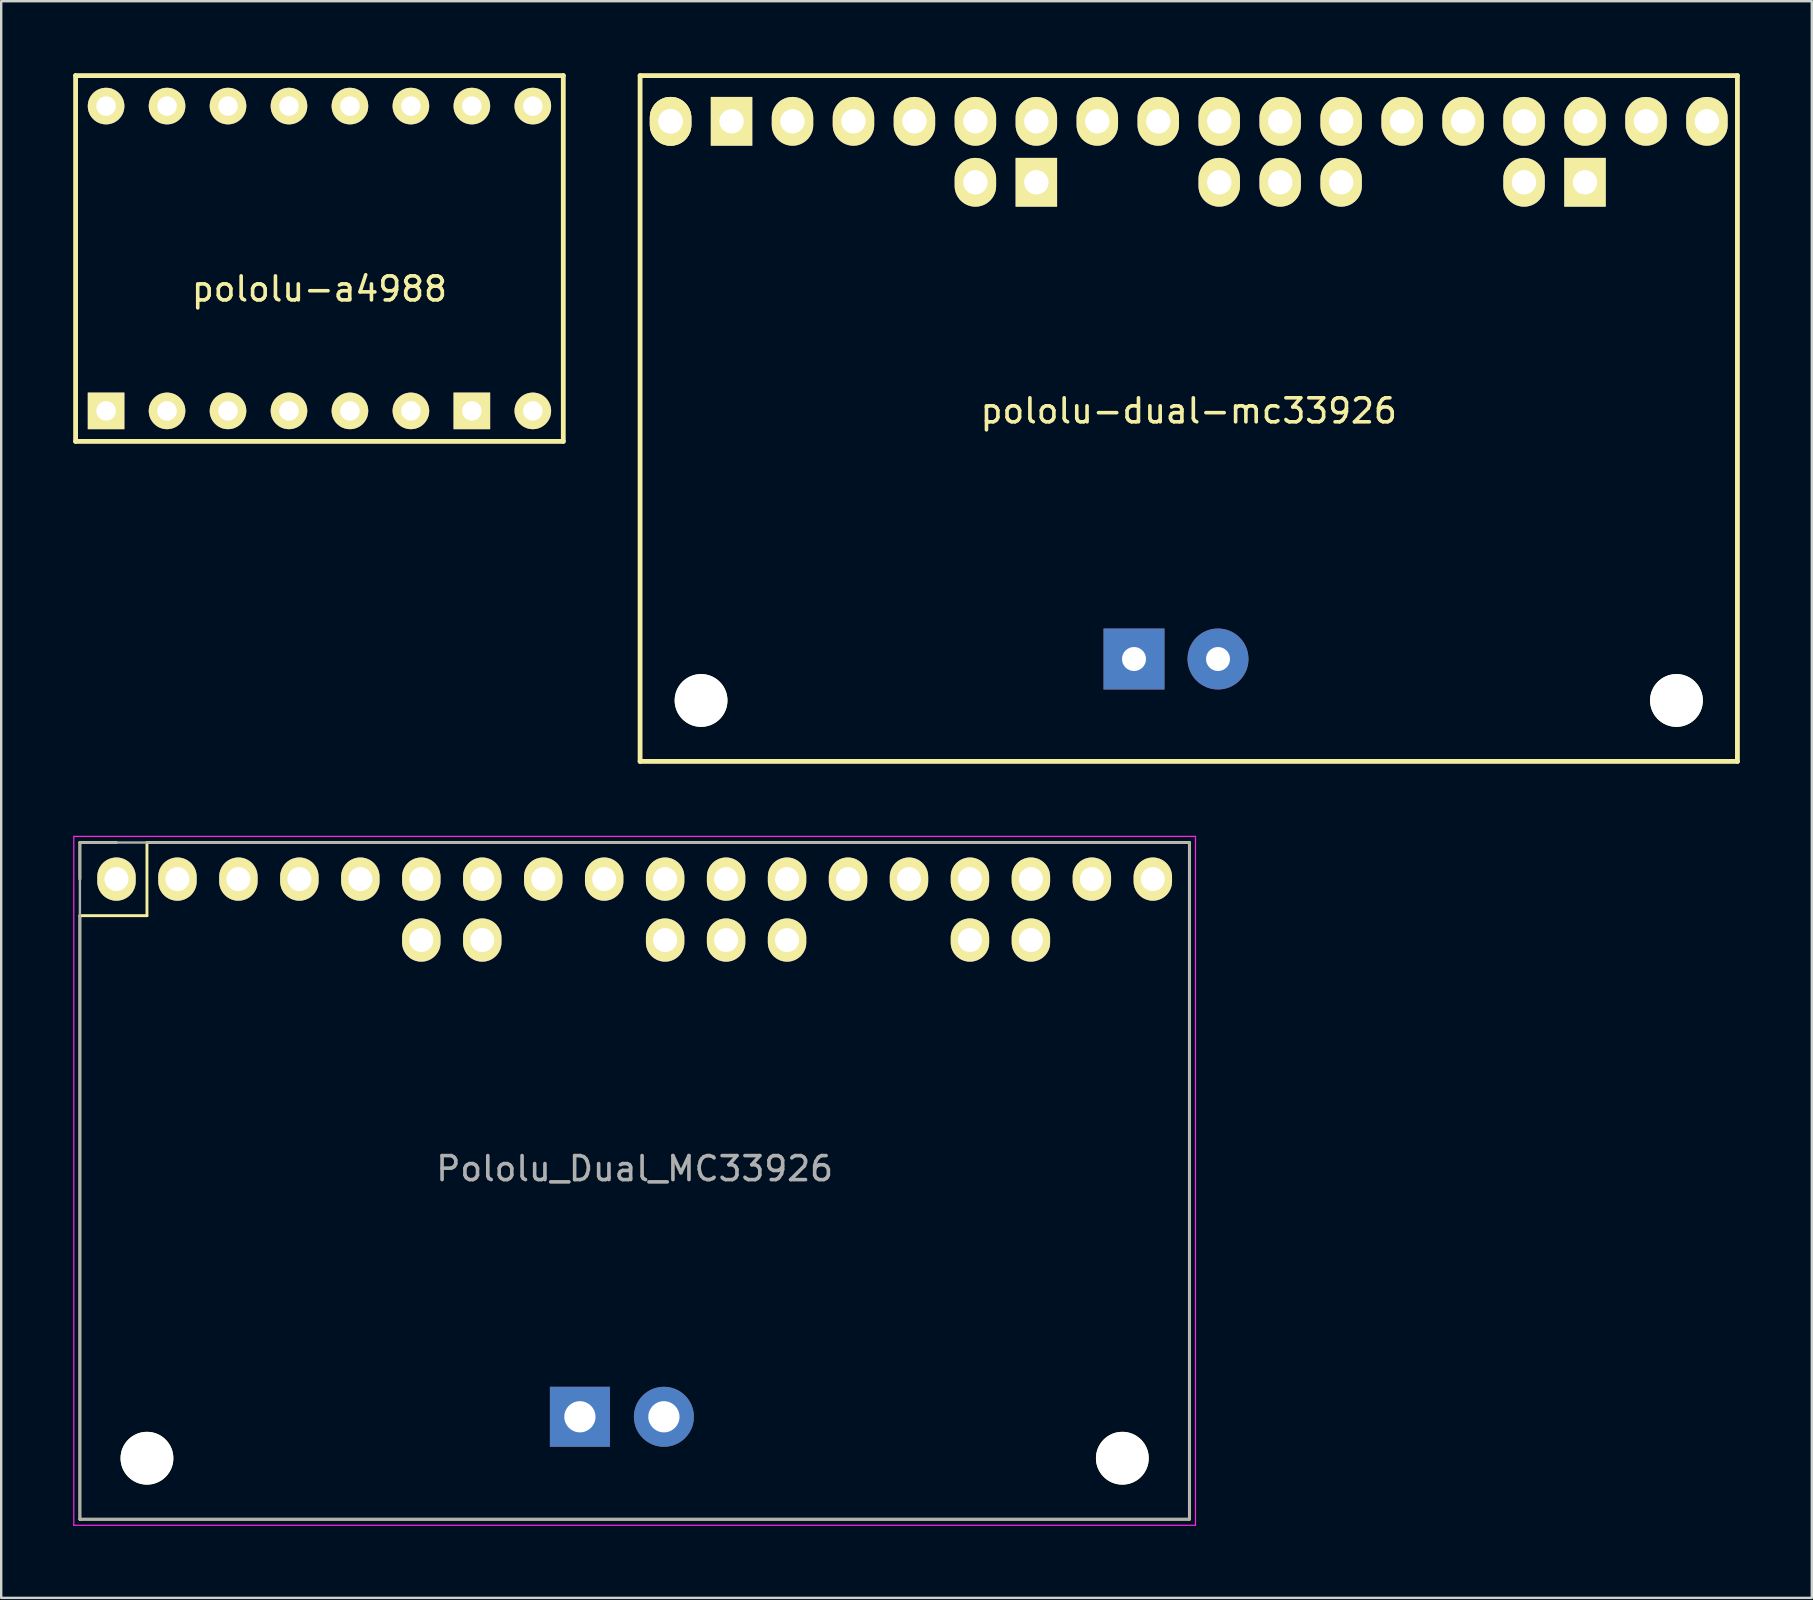
<source format=kicad_pcb>
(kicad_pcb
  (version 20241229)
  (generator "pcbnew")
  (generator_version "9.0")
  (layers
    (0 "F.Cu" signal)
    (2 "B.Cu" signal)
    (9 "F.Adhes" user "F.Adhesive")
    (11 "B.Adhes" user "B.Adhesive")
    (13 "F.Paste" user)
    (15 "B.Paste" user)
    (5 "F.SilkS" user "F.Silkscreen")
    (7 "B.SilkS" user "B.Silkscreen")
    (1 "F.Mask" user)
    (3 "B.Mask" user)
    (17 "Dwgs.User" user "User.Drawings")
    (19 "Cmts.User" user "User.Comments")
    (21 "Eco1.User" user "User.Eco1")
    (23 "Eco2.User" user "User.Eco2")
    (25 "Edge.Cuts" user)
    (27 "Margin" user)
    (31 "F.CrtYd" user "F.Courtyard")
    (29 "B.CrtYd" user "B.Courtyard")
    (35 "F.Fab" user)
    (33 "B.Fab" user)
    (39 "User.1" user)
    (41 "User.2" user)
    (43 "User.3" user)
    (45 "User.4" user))
  (footprint "pololu-a4988"
    (layer "F.Cu")
    (at 10.26 7.72)
    (property "Reference" "pololu-a4988" (at 0 1.27 0) (layer "F.SilkS") (effects (font (size 1 1) (thickness 0.15))))
    (attr through_hole)
    (fp_line (start -10.16 -7.62) (end 10.16 -7.62) (stroke (width 0.2) (type solid)) (layer "F.SilkS"))
    (fp_line (start -10.16 7.62) (end -10.16 -7.62) (stroke (width 0.2) (type solid)) (layer "F.SilkS"))
    (fp_line (start 10.16 -7.62) (end 10.16 7.62) (stroke (width 0.2) (type solid)) (layer "F.SilkS"))
    (fp_line (start 10.16 7.62) (end -10.16 7.62) (stroke (width 0.2) (type solid)) (layer "F.SilkS"))
    (pad "1" thru_hole rect (at -8.89 6.35) (size 1.524 1.524) (drill 0.813) (layers "*.Cu" "*.Mask" "F.SilkS"))
    (pad "2" thru_hole circle (at -6.35 6.35) (size 1.524 1.524) (drill 0.813) (layers "*.Cu" "*.Mask" "F.SilkS"))
    (pad "3" thru_hole circle (at -3.81 6.35) (size 1.524 1.524) (drill 0.813) (layers "*.Cu" "*.Mask" "F.SilkS"))
    (pad "4" thru_hole circle (at -1.27 6.35) (size 1.524 1.524) (drill 0.813) (layers "*.Cu" "*.Mask" "F.SilkS"))
    (pad "5" thru_hole circle (at 1.27 6.35) (size 1.524 1.524) (drill 0.813) (layers "*.Cu" "*.Mask" "F.SilkS"))
    (pad "6" thru_hole circle (at 3.81 6.35) (size 1.524 1.524) (drill 0.813) (layers "*.Cu" "*.Mask" "F.SilkS"))
    (pad "7" thru_hole rect (at 6.35 6.35) (size 1.524 1.524) (drill 0.813) (layers "*.Cu" "*.Mask" "F.SilkS"))
    (pad "8" thru_hole circle (at 8.89 6.35) (size 1.524 1.524) (drill 0.813) (layers "*.Cu" "*.Mask" "F.SilkS"))
    (pad "9" thru_hole circle (at 8.89 -6.35) (size 1.524 1.524) (drill 0.813) (layers "*.Cu" "*.Mask" "F.SilkS"))
    (pad "10" thru_hole circle (at 6.35 -6.35) (size 1.524 1.524) (drill 0.813) (layers "*.Cu" "*.Mask" "F.SilkS"))
    (pad "11" thru_hole circle (at 3.81 -6.35) (size 1.524 1.524) (drill 0.813) (layers "*.Cu" "*.Mask" "F.SilkS"))
    (pad "12" thru_hole circle (at 1.27 -6.35) (size 1.524 1.524) (drill 0.813) (layers "*.Cu" "*.Mask" "F.SilkS"))
    (pad "13" thru_hole circle (at -1.27 -6.35) (size 1.524 1.524) (drill 0.813) (layers "*.Cu" "*.Mask" "F.SilkS"))
    (pad "14" thru_hole circle (at -3.81 -6.35) (size 1.524 1.524) (drill 0.813) (layers "*.Cu" "*.Mask" "F.SilkS"))
    (pad "15" thru_hole circle (at -6.35 -6.35) (size 1.524 1.524) (drill 0.813) (layers "*.Cu" "*.Mask" "F.SilkS"))
    (pad "16" thru_hole circle (at -8.89 -6.35) (size 1.524 1.524) (drill 0.813) (layers "*.Cu" "*.Mask" "F.SilkS")))
  (footprint "pololu-dual-mc33926"
    (layer "F.Cu")
    (at 46.48 2.005)
    (property "Reference" "pololu-dual-mc33926" (at 0 12.065 0) (layer "F.SilkS") (effects (font (size 1 1) (thickness 0.15))))
    (attr through_hole)
    (fp_line (start -22.86 -1.905) (end 22.86 -1.905) (stroke (width 0.2) (type solid)) (layer "F.SilkS"))
    (fp_line (start -22.86 26.67) (end -22.86 -1.905) (stroke (width 0.2) (type solid)) (layer "F.SilkS"))
    (fp_line (start 22.86 -1.905) (end 22.86 26.67) (stroke (width 0.2) (type solid)) (layer "F.SilkS"))
    (fp_line (start 22.86 26.67) (end -22.86 26.67) (stroke (width 0.2) (type solid)) (layer "F.SilkS"))
    (pad "" np_thru_hole circle (at -20.32 24.13) (size 2.2 2.2) (drill 2.2) (layers "*.Cu" "*.Mask" "F.SilkS"))
    (pad "" np_thru_hole circle (at 20.32 24.13) (size 2.2 2.2) (drill 2.2) (layers "*.Cu" "*.Mask" "F.SilkS"))
    (pad "1" thru_hole oval (at -21.59 0) (size 1.727 2.032) (drill 1.016) (layers "*.Cu" "*.Mask" "F.SilkS"))
    (pad "1" thru_hole oval (at -21.59 0) (size 1.727 2.032) (drill 1.016) (layers "*.Cu" "*.Mask" "F.SilkS"))
    (pad "2" thru_hole rect (at -19.05 0) (size 1.727 2.032) (drill 1.016) (layers "*.Cu" "*.Mask" "F.SilkS"))
    (pad "3" thru_hole oval (at -16.51 0) (size 1.727 2.032) (drill 1.016) (layers "*.Cu" "*.Mask" "F.SilkS"))
    (pad "4" thru_hole oval (at -13.97 0) (size 1.727 2.032) (drill 1.016) (layers "*.Cu" "*.Mask" "F.SilkS"))
    (pad "5" thru_hole oval (at -11.43 0) (size 1.727 2.032) (drill 1.016) (layers "*.Cu" "*.Mask" "F.SilkS"))
    (pad "6" thru_hole oval (at -8.89 0) (size 1.727 2.032) (drill 1.016) (layers "*.Cu" "*.Mask" "F.SilkS"))
    (pad "7" thru_hole oval (at -6.35 0) (size 1.727 2.032) (drill 1.016) (layers "*.Cu" "*.Mask" "F.SilkS"))
    (pad "8" thru_hole oval (at -3.81 0) (size 1.727 2.032) (drill 1.016) (layers "*.Cu" "*.Mask" "F.SilkS"))
    (pad "9" thru_hole oval (at -1.27 0) (size 1.727 2.032) (drill 1.016) (layers "*.Cu" "*.Mask" "F.SilkS"))
    (pad "10" thru_hole oval (at 1.27 0) (size 1.727 2.032) (drill 1.016) (layers "*.Cu" "*.Mask" "F.SilkS"))
    (pad "11" thru_hole oval (at 3.81 0) (size 1.727 2.032) (drill 1.016) (layers "*.Cu" "*.Mask" "F.SilkS"))
    (pad "12" thru_hole oval (at 6.35 0) (size 1.727 2.032) (drill 1.016) (layers "*.Cu" "*.Mask" "F.SilkS"))
    (pad "13" thru_hole oval (at 8.89 0) (size 1.727 2.032) (drill 1.016) (layers "*.Cu" "*.Mask" "F.SilkS"))
    (pad "14" thru_hole oval (at 11.43 0) (size 1.727 2.032) (drill 1.016) (layers "*.Cu" "*.Mask" "F.SilkS"))
    (pad "15" thru_hole oval (at 13.97 0) (size 1.727 2.032) (drill 1.016) (layers "*.Cu" "*.Mask" "F.SilkS"))
    (pad "16" thru_hole oval (at 16.51 0) (size 1.727 2.032) (drill 1.016) (layers "*.Cu" "*.Mask" "F.SilkS"))
    (pad "17" thru_hole oval (at 19.05 0) (size 1.727 2.032) (drill 1.016) (layers "*.Cu" "*.Mask" "F.SilkS"))
    (pad "18" thru_hole oval (at 21.59 0) (size 1.727 2.032) (drill 1.016) (layers "*.Cu" "*.Mask" "F.SilkS"))
    (pad "19" thru_hole rect (at 16.51 2.54) (size 1.727 2.032) (drill 1.016) (layers "*.Cu" "*.Mask" "F.SilkS"))
    (pad "20" thru_hole oval (at 13.97 2.54) (size 1.727 2.032) (drill 1.016) (layers "*.Cu" "*.Mask" "F.SilkS"))
    (pad "21" thru_hole oval (at 6.35 2.54) (size 1.727 2.032) (drill 1.016) (layers "*.Cu" "*.Mask" "F.SilkS"))
    (pad "22" thru_hole oval (at 3.81 2.54) (size 1.727 2.032) (drill 1.016) (layers "*.Cu" "*.Mask" "F.SilkS"))
    (pad "23" thru_hole oval (at 1.27 2.54) (size 1.727 2.032) (drill 1.016) (layers "*.Cu" "*.Mask" "F.SilkS"))
    (pad "24" thru_hole rect (at -6.35 2.54) (size 1.727 2.032) (drill 1.016) (layers "*.Cu" "*.Mask" "F.SilkS"))
    (pad "25" thru_hole oval (at -8.89 2.54) (size 1.727 2.032) (drill 1.016) (layers "*.Cu" "*.Mask" "F.SilkS"))
    (pad "26" thru_hole circle (at 1.219 22.403) (size 2.54 2.54) (drill 1) (layers "*.Cu" "*.Mask"))
    (pad "27" thru_hole rect (at -2.281 22.403) (size 2.54 2.54) (drill 1) (layers "*.Cu" "*.Mask")))
  (footprint "Pololu_Dual_MC33926"
    (layer "F.Cu")
    (at 1.803 33.578)
    (property "Reference" "Pololu_Dual_MC33926" (at 21.59 12.065 0) (layer "F.Fab") (effects (font (size 1 1) (thickness 0.15))))
    (attr through_hole)
    (fp_line (start -1.524 -1.524) (end -1.524 0) (stroke (width 0.12) (type solid)) (layer "F.SilkS"))
    (fp_line (start -1.524 1.524) (end 1.27 1.524) (stroke (width 0.12) (type solid)) (layer "F.SilkS"))
    (fp_line (start -1.524 26.67) (end -1.524 1.524) (stroke (width 0.12) (type solid)) (layer "F.SilkS"))
    (fp_line (start 0 -1.524) (end -1.524 -1.524) (stroke (width 0.12) (type solid)) (layer "F.SilkS"))
    (fp_line (start 1.27 -1.524) (end 44.704 -1.524) (stroke (width 0.12) (type solid)) (layer "F.SilkS"))
    (fp_line (start 1.27 1.524) (end 1.27 -1.524) (stroke (width 0.12) (type solid)) (layer "F.SilkS"))
    (fp_line (start 44.704 -1.524) (end 44.704 26.67) (stroke (width 0.12) (type solid)) (layer "F.SilkS"))
    (fp_line (start 44.704 26.67) (end -1.524 26.67) (stroke (width 0.12) (type solid)) (layer "F.SilkS"))
    (fp_line (start -1.778 -1.778) (end -1.778 26.924) (stroke (width 0.05) (type solid)) (layer "F.CrtYd"))
    (fp_line (start -1.778 26.924) (end 44.958 26.924) (stroke (width 0.05) (type solid)) (layer "F.CrtYd"))
    (fp_line (start 44.958 -1.778) (end -1.778 -1.778) (stroke (width 0.05) (type solid)) (layer "F.CrtYd"))
    (fp_line (start 44.958 26.924) (end 44.958 -1.778) (stroke (width 0.05) (type solid)) (layer "F.CrtYd"))
    (fp_line (start -1.524 -1.524) (end -1.524 26.67) (stroke (width 0.1) (type solid)) (layer "F.Fab"))
    (fp_line (start -1.524 26.67) (end 44.704 26.67) (stroke (width 0.1) (type solid)) (layer "F.Fab"))
    (fp_line (start 44.704 -1.524) (end -1.524 -1.524) (stroke (width 0.1) (type solid)) (layer "F.Fab"))
    (fp_line (start 44.704 26.67) (end 44.704 -1.524) (stroke (width 0.1) (type solid)) (layer "F.Fab"))
    (pad "" np_thru_hole circle (at 1.27 24.13) (size 2.2 2.2) (drill 2.2) (layers "*.Cu" "*.Mask" "F.SilkS"))
    (pad "" np_thru_hole circle (at 41.91 24.13) (size 2.2 2.2) (drill 2.2) (layers "*.Cu" "*.Mask" "F.SilkS"))
    (pad "1" thru_hole oval (at 0 0) (size 1.6 1.8) (drill 1) (layers "*.Cu" "*.Mask" "F.SilkS"))
    (pad "2" thru_hole oval (at 2.54 0) (size 1.6 1.8) (drill 1) (layers "*.Cu" "*.Mask" "F.SilkS"))
    (pad "3" thru_hole oval (at 5.08 0) (size 1.6 1.8) (drill 1) (layers "*.Cu" "*.Mask" "F.SilkS"))
    (pad "4" thru_hole oval (at 7.62 0) (size 1.6 1.8) (drill 1) (layers "*.Cu" "*.Mask" "F.SilkS"))
    (pad "5" thru_hole oval (at 10.16 0) (size 1.6 1.8) (drill 1) (layers "*.Cu" "*.Mask" "F.SilkS"))
    (pad "6" thru_hole oval (at 12.7 0) (size 1.6 1.8) (drill 1) (layers "*.Cu" "*.Mask" "F.SilkS"))
    (pad "7" thru_hole oval (at 15.24 0) (size 1.6 1.8) (drill 1) (layers "*.Cu" "*.Mask" "F.SilkS"))
    (pad "8" thru_hole oval (at 17.78 0) (size 1.6 1.8) (drill 1) (layers "*.Cu" "*.Mask" "F.SilkS"))
    (pad "9" thru_hole oval (at 20.32 0) (size 1.6 1.8) (drill 1) (layers "*.Cu" "*.Mask" "F.SilkS"))
    (pad "10" thru_hole oval (at 22.86 0) (size 1.6 1.8) (drill 1) (layers "*.Cu" "*.Mask" "F.SilkS"))
    (pad "11" thru_hole oval (at 25.4 0) (size 1.6 1.8) (drill 1) (layers "*.Cu" "*.Mask" "F.SilkS"))
    (pad "12" thru_hole oval (at 27.94 0) (size 1.6 1.8) (drill 1) (layers "*.Cu" "*.Mask" "F.SilkS"))
    (pad "13" thru_hole oval (at 30.48 0) (size 1.6 1.8) (drill 1) (layers "*.Cu" "*.Mask" "F.SilkS"))
    (pad "14" thru_hole oval (at 33.02 0) (size 1.6 1.8) (drill 1) (layers "*.Cu" "*.Mask" "F.SilkS"))
    (pad "15" thru_hole oval (at 35.56 0) (size 1.6 1.8) (drill 1) (layers "*.Cu" "*.Mask" "F.SilkS"))
    (pad "16" thru_hole oval (at 38.1 0) (size 1.6 1.8) (drill 1) (layers "*.Cu" "*.Mask" "F.SilkS"))
    (pad "17" thru_hole oval (at 40.64 0) (size 1.6 1.8) (drill 1) (layers "*.Cu" "*.Mask" "F.SilkS"))
    (pad "18" thru_hole oval (at 43.18 0) (size 1.6 1.8) (drill 1) (layers "*.Cu" "*.Mask" "F.SilkS"))
    (pad "19" thru_hole oval (at 38.1 2.54) (size 1.6 1.8) (drill 1) (layers "*.Cu" "*.Mask" "F.SilkS"))
    (pad "20" thru_hole oval (at 35.56 2.54) (size 1.6 1.8) (drill 1) (layers "*.Cu" "*.Mask" "F.SilkS"))
    (pad "21" thru_hole oval (at 27.94 2.54) (size 1.6 1.8) (drill 1) (layers "*.Cu" "*.Mask" "F.SilkS"))
    (pad "22" thru_hole oval (at 25.4 2.54) (size 1.6 1.8) (drill 1) (layers "*.Cu" "*.Mask" "F.SilkS"))
    (pad "23" thru_hole oval (at 22.86 2.54) (size 1.6 1.8) (drill 1) (layers "*.Cu" "*.Mask" "F.SilkS"))
    (pad "24" thru_hole oval (at 15.24 2.54) (size 1.6 1.8) (drill 1) (layers "*.Cu" "*.Mask" "F.SilkS"))
    (pad "25" thru_hole oval (at 12.7 2.54) (size 1.6 1.8) (drill 1) (layers "*.Cu" "*.Mask" "F.SilkS"))
    (pad "26" thru_hole circle (at 22.809 22.403 90) (size 2.5 2.5) (drill 1.3) (layers "*.Cu" "*.Mask"))
    (pad "27" thru_hole rect (at 19.309 22.403) (size 2.5 2.5) (drill 1.3) (layers "*.Cu" "*.Mask")))
  (gr_rect
    (start -3 -3)
    (end 72.44 63.527)
    (stroke (width 0.1) (type default))
    (fill no)
    (layer "Edge.Cuts")))
</source>
